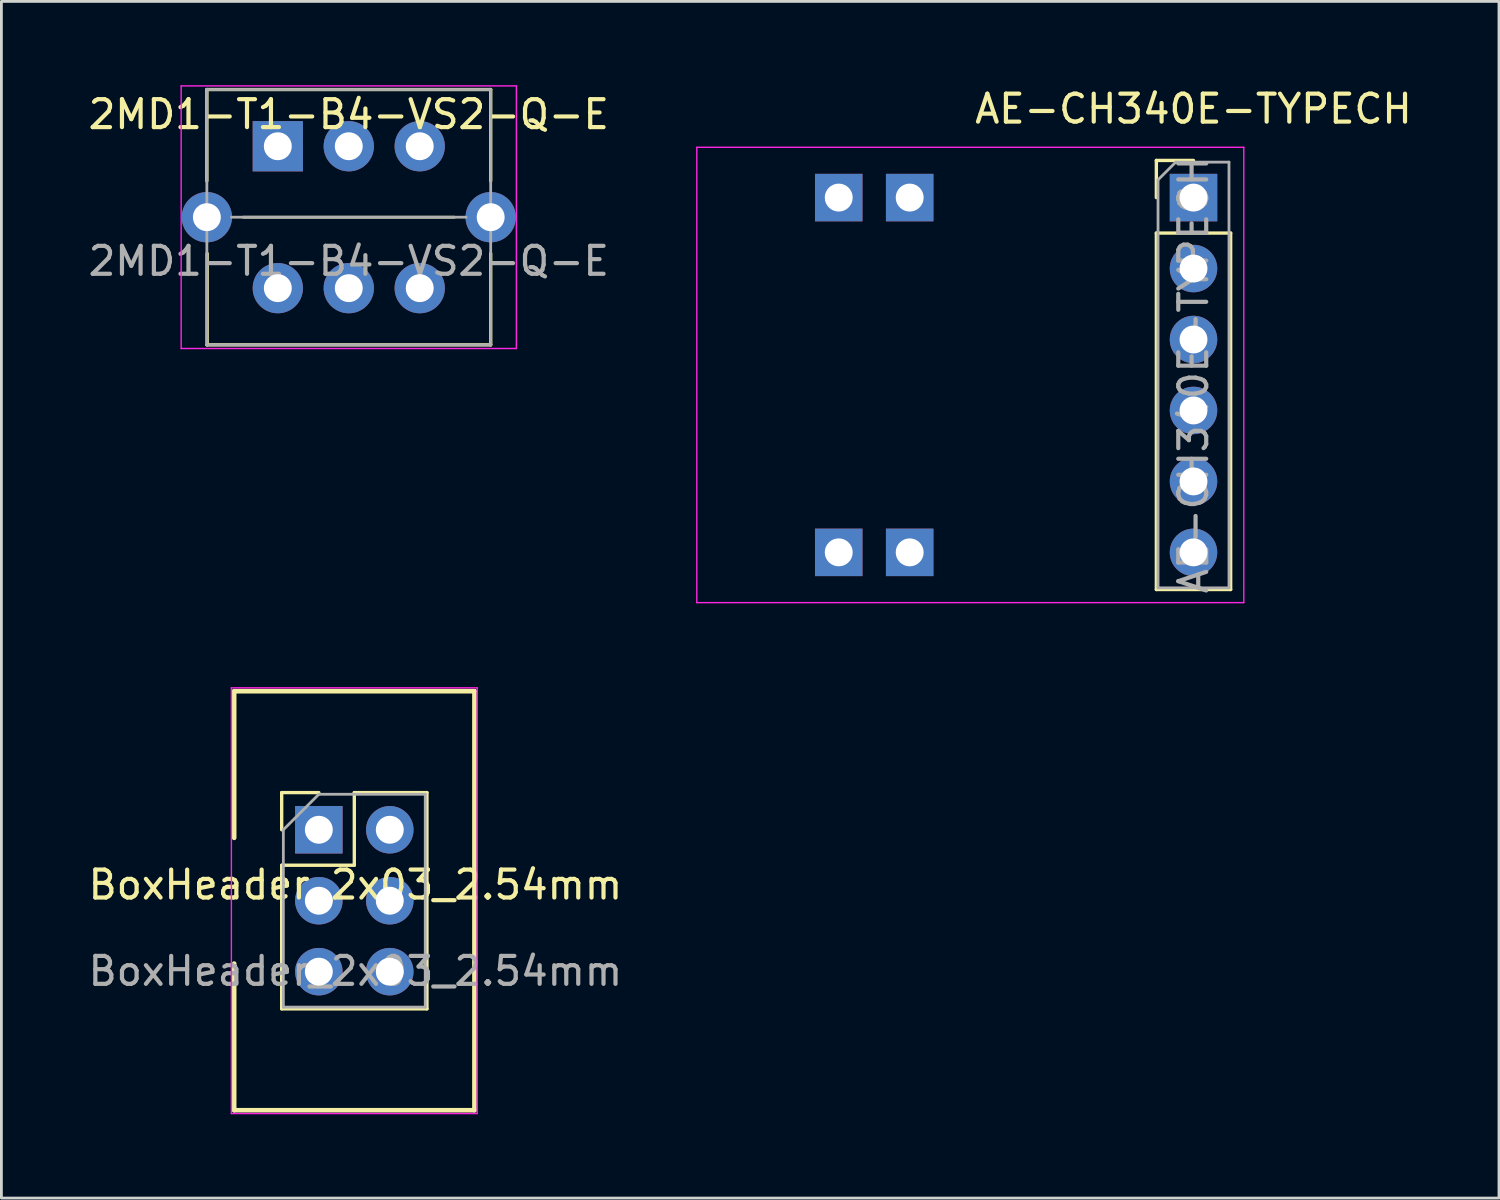
<source format=kicad_pcb>
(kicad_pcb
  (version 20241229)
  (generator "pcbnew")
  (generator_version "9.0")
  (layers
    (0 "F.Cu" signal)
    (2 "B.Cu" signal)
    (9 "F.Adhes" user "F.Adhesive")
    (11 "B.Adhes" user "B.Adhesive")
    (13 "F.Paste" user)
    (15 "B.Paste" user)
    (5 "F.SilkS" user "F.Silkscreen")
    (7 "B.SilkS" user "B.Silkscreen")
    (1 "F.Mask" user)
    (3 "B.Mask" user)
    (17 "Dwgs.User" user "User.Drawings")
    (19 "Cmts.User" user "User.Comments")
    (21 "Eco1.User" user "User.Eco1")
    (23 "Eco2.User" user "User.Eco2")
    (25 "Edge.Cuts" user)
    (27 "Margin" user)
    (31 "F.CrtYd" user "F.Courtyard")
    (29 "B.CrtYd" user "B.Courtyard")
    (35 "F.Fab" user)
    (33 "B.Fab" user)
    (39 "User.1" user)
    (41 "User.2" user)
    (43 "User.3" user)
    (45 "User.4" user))
  (footprint "AE-CH340E-TYPECH"
    (layer "F.Cu")
    (at 39.674 4.023)
    (property "Reference" "AE-CH340E-TYPECH" (at 0 -3.175 0) (layer "F.SilkS") (effects (font (size 1 1) (thickness 0.15))))
    (attr through_hole)
    (fp_line (start -1.33 -1.33) (end 0 -1.33) (stroke (width 0.12) (type solid)) (layer "F.SilkS"))
    (fp_line (start -1.33 0) (end -1.33 -1.33) (stroke (width 0.12) (type solid)) (layer "F.SilkS"))
    (fp_line (start -1.33 1.27) (end -1.33 14.03) (stroke (width 0.12) (type solid)) (layer "F.SilkS"))
    (fp_line (start -1.33 1.27) (end 1.33 1.27) (stroke (width 0.12) (type solid)) (layer "F.SilkS"))
    (fp_line (start -1.33 14.03) (end 1.33 14.03) (stroke (width 0.12) (type solid)) (layer "F.SilkS"))
    (fp_line (start 1.33 1.27) (end 1.33 14.03) (stroke (width 0.12) (type solid)) (layer "F.SilkS"))
    (fp_line (start -17.78 -1.8) (end -17.78 14.5) (stroke (width 0.05) (type solid)) (layer "F.CrtYd"))
    (fp_line (start -17.78 14.5) (end 1.8 14.5) (stroke (width 0.05) (type solid)) (layer "F.CrtYd"))
    (fp_line (start 1.8 -1.8) (end -17.78 -1.8) (stroke (width 0.05) (type solid)) (layer "F.CrtYd"))
    (fp_line (start 1.8 14.5) (end 1.8 -1.8) (stroke (width 0.05) (type solid)) (layer "F.CrtYd"))
    (fp_line (start -1.27 -0.635) (end -0.635 -1.27) (stroke (width 0.1) (type solid)) (layer "F.Fab"))
    (fp_line (start -1.27 13.97) (end -1.27 -0.635) (stroke (width 0.1) (type solid)) (layer "F.Fab"))
    (fp_line (start -0.635 -1.27) (end 1.27 -1.27) (stroke (width 0.1) (type solid)) (layer "F.Fab"))
    (fp_line (start 1.27 -1.27) (end 1.27 13.97) (stroke (width 0.1) (type solid)) (layer "F.Fab"))
    (fp_line (start 1.27 13.97) (end -1.27 13.97) (stroke (width 0.1) (type solid)) (layer "F.Fab"))
    (fp_text user "${REFERENCE}" (at 0 6.35 90) (layer "F.Fab") (effects (font (size 1 1) (thickness 0.15))))
    (pad "1" thru_hole rect (at 0 0) (size 1.7 1.7) (drill 1) (layers "*.Cu" "*.Mask"))
    (pad "2" thru_hole oval (at 0 2.54) (size 1.7 1.7) (drill 1) (layers "*.Cu" "*.Mask"))
    (pad "3" thru_hole oval (at 0 5.08) (size 1.7 1.7) (drill 1) (layers "*.Cu" "*.Mask"))
    (pad "4" thru_hole oval (at 0 7.62) (size 1.7 1.7) (drill 1) (layers "*.Cu" "*.Mask"))
    (pad "5" thru_hole oval (at 0 10.16) (size 1.7 1.7) (drill 1) (layers "*.Cu" "*.Mask"))
    (pad "6" thru_hole oval (at 0 12.7) (size 1.7 1.7) (drill 1) (layers "*.Cu" "*.Mask"))
    (pad "7" thru_hole rect (at -12.7 0) (size 1.7 1.7) (drill 1) (layers "*.Cu" "*.Mask") (remove_unused_layers yes) (keep_end_layers yes) (zone_layer_connections))
    (pad "8" thru_hole rect (at -10.16 0) (size 1.7 1.7) (drill 1) (layers "*.Cu" "*.Mask") (remove_unused_layers yes) (keep_end_layers yes) (zone_layer_connections))
    (pad "9" thru_hole rect (at -12.7 12.7) (size 1.7 1.7) (drill 1) (layers "*.Cu" "*.Mask") (remove_unused_layers yes) (keep_end_layers yes) (zone_layer_connections))
    (pad "10" thru_hole rect (at -10.16 12.7) (size 1.7 1.7) (drill 1) (layers "*.Cu" "*.Mask") (remove_unused_layers yes) (keep_end_layers yes) (zone_layer_connections)))
  (footprint "2MD1-T1-B4-VS2-Q-E"
    (layer "F.Cu")
    (at 9.435 4.725)
    (property "Reference" "2MD1-T1-B4-VS2-Q-E" (at 0 -3.68 0) (unlocked yes) (layer "F.SilkS") (effects (font (size 1 1) (thickness 0.15))))
    (attr through_hole)
    (fp_line (start -5.08 -4.57) (end -5.08 -1.3) (stroke (width 0.12) (type solid)) (layer "F.SilkS"))
    (fp_line (start -5.08 4.57) (end 5.08 4.57) (stroke (width 0.12) (type solid)) (layer "F.SilkS"))
    (fp_line (start -5.07 1.3) (end -5.07 4.57) (stroke (width 0.12) (type solid)) (layer "F.SilkS"))
    (fp_line (start 3.78 0) (end -3.78 0) (stroke (width 0.1) (type solid)) (layer "F.SilkS"))
    (fp_line (start 5.08 -4.57) (end -5.08 -4.57) (stroke (width 0.12) (type solid)) (layer "F.SilkS"))
    (fp_line (start 5.08 -4.57) (end 5.08 -1.3) (stroke (width 0.12) (type solid)) (layer "F.SilkS"))
    (fp_line (start 5.08 1.3) (end 5.08 4.57) (stroke (width 0.12) (type solid)) (layer "F.SilkS"))
    (fp_line (start -6 -4.7) (end -6 4.7) (stroke (width 0.05) (type solid)) (layer "F.CrtYd"))
    (fp_line (start -6 4.7) (end 6 4.7) (stroke (width 0.05) (type solid)) (layer "F.CrtYd"))
    (fp_line (start 6 -4.7) (end -6 -4.7) (stroke (width 0.05) (type solid)) (layer "F.CrtYd"))
    (fp_line (start 6 4.7) (end 6 -4.7) (stroke (width 0.05) (type solid)) (layer "F.CrtYd"))
    (fp_line (start -5.08 -4.57) (end 5.08 -4.57) (stroke (width 0.1) (type solid)) (layer "F.Fab"))
    (fp_line (start -5.08 4.57) (end -5.08 -4.57) (stroke (width 0.1) (type solid)) (layer "F.Fab"))
    (fp_line (start -5.08 4.57) (end 5.08 4.57) (stroke (width 0.1) (type solid)) (layer "F.Fab"))
    (fp_line (start 4.2 0) (end -4.2 0) (stroke (width 0.1) (type solid)) (layer "F.Fab"))
    (fp_line (start 5.08 4.57) (end 5.08 -4.57) (stroke (width 0.1) (type solid)) (layer "F.Fab"))
    (fp_text user "${REFERENCE}" (at 0 1.57 0) (unlocked yes) (layer "F.Fab") (effects (font (size 1 1) (thickness 0.15))))
    (pad "1" thru_hole rect (at -2.54 -2.54) (size 1.8 1.8) (drill 1) (layers "*.Cu" "*.Mask"))
    (pad "2" thru_hole circle (at 0 -2.54) (size 1.8 1.8) (drill 1) (layers "*.Cu" "*.Mask"))
    (pad "3" thru_hole circle (at 2.54 -2.54) (size 1.8 1.8) (drill 1) (layers "*.Cu" "*.Mask"))
    (pad "4" thru_hole circle (at -2.54 2.54) (size 1.8 1.8) (drill 1) (layers "*.Cu" "*.Mask"))
    (pad "5" thru_hole circle (at 0 2.54) (size 1.8 1.8) (drill 1) (layers "*.Cu" "*.Mask"))
    (pad "6" thru_hole circle (at 2.54 2.54) (size 1.8 1.8) (drill 1) (layers "*.Cu" "*.Mask"))
    (pad "7" thru_hole circle (at -5.08 0) (size 1.8 1.8) (drill 1) (layers "*.Cu" "*.Mask") (remove_unused_layers yes) (keep_end_layers yes) (zone_layer_connections))
    (pad "8" thru_hole circle (at 5.08 0) (size 1.8 1.8) (drill 1) (layers "*.Cu" "*.Mask") (remove_unused_layers yes) (keep_end_layers yes) (zone_layer_connections)))
  (footprint "BoxHeader_2x03_2.54mm"
    (layer "F.Cu")
    (at 9.633 29.193)
    (property "Reference" "BoxHeader_2x03_2.54mm" (at 0.04 -0.57 0) (unlocked yes) (layer "F.SilkS") (effects (font (size 1 1) (thickness 0.15))))
    (attr through_hole)
    (fp_line (start -4.3 -7.5) (end -4.3 -2.25) (stroke (width 0.165) (type default)) (layer "F.SilkS"))
    (fp_line (start -4.3 -7.5) (end 4.3 -7.5) (stroke (width 0.165) (type default)) (layer "F.SilkS"))
    (fp_line (start -4.3 2.25) (end -4.3 7.5) (stroke (width 0.165) (type default)) (layer "F.SilkS"))
    (fp_line (start -4.3 7.5) (end 4.3 7.5) (stroke (width 0.165) (type default)) (layer "F.SilkS"))
    (fp_line (start -2.6 -3.87) (end -1.27 -3.87) (stroke (width 0.12) (type solid)) (layer "F.SilkS"))
    (fp_line (start -2.6 -2.54) (end -2.6 -3.87) (stroke (width 0.12) (type solid)) (layer "F.SilkS"))
    (fp_line (start -2.6 -1.27) (end -2.6 3.87) (stroke (width 0.12) (type solid)) (layer "F.SilkS"))
    (fp_line (start -2.6 -1.27) (end 0 -1.27) (stroke (width 0.12) (type solid)) (layer "F.SilkS"))
    (fp_line (start -2.6 3.87) (end 2.6 3.87) (stroke (width 0.12) (type solid)) (layer "F.SilkS"))
    (fp_line (start 0 -3.87) (end 2.6 -3.87) (stroke (width 0.12) (type solid)) (layer "F.SilkS"))
    (fp_line (start 0 -1.27) (end 0 -3.87) (stroke (width 0.12) (type solid)) (layer "F.SilkS"))
    (fp_line (start 2.6 -3.87) (end 2.6 3.87) (stroke (width 0.12) (type solid)) (layer "F.SilkS"))
    (fp_line (start 4.3 -7.5) (end 4.3 7.5) (stroke (width 0.165) (type default)) (layer "F.SilkS"))
    (fp_line (start -4.4 -7.62) (end -4.4 7.62) (stroke (width 0.05) (type solid)) (layer "F.CrtYd"))
    (fp_line (start -4.4 7.62) (end 4.4 7.62) (stroke (width 0.05) (type solid)) (layer "F.CrtYd"))
    (fp_line (start 4.4 -7.62) (end -4.4 -7.62) (stroke (width 0.05) (type solid)) (layer "F.CrtYd"))
    (fp_line (start 4.4 7.62) (end 4.4 -7.62) (stroke (width 0.05) (type solid)) (layer "F.CrtYd"))
    (fp_line (start -2.54 -2.54) (end -1.27 -3.81) (stroke (width 0.1) (type solid)) (layer "F.Fab"))
    (fp_line (start -2.54 3.81) (end -2.54 -2.54) (stroke (width 0.1) (type solid)) (layer "F.Fab"))
    (fp_line (start -1.27 -3.81) (end 2.54 -3.81) (stroke (width 0.1) (type solid)) (layer "F.Fab"))
    (fp_line (start 2.54 -3.81) (end 2.54 3.81) (stroke (width 0.1) (type solid)) (layer "F.Fab"))
    (fp_line (start 2.54 3.81) (end -2.54 3.81) (stroke (width 0.1) (type solid)) (layer "F.Fab"))
    (fp_text user "${REFERENCE}" (at 0.04 2.52 0) (unlocked yes) (layer "F.Fab") (effects (font (size 1 1) (thickness 0.15))))
    (pad "1" thru_hole rect (at -1.27 -2.54) (size 1.7 1.7) (drill 1) (layers "*.Cu" "*.Mask"))
    (pad "2" thru_hole oval (at 1.27 -2.54) (size 1.7 1.7) (drill 1) (layers "*.Cu" "*.Mask"))
    (pad "3" thru_hole oval (at -1.27 0) (size 1.7 1.7) (drill 1) (layers "*.Cu" "*.Mask"))
    (pad "4" thru_hole oval (at 1.27 0) (size 1.7 1.7) (drill 1) (layers "*.Cu" "*.Mask"))
    (pad "5" thru_hole oval (at -1.27 2.54) (size 1.7 1.7) (drill 1) (layers "*.Cu" "*.Mask"))
    (pad "6" thru_hole oval (at 1.27 2.54) (size 1.7 1.7) (drill 1) (layers "*.Cu" "*.Mask")))
  (gr_rect
    (start -3 -3)
    (end 50.609 39.838)
    (stroke (width 0.1) (type default))
    (fill no)
    (layer "Edge.Cuts")))
</source>
